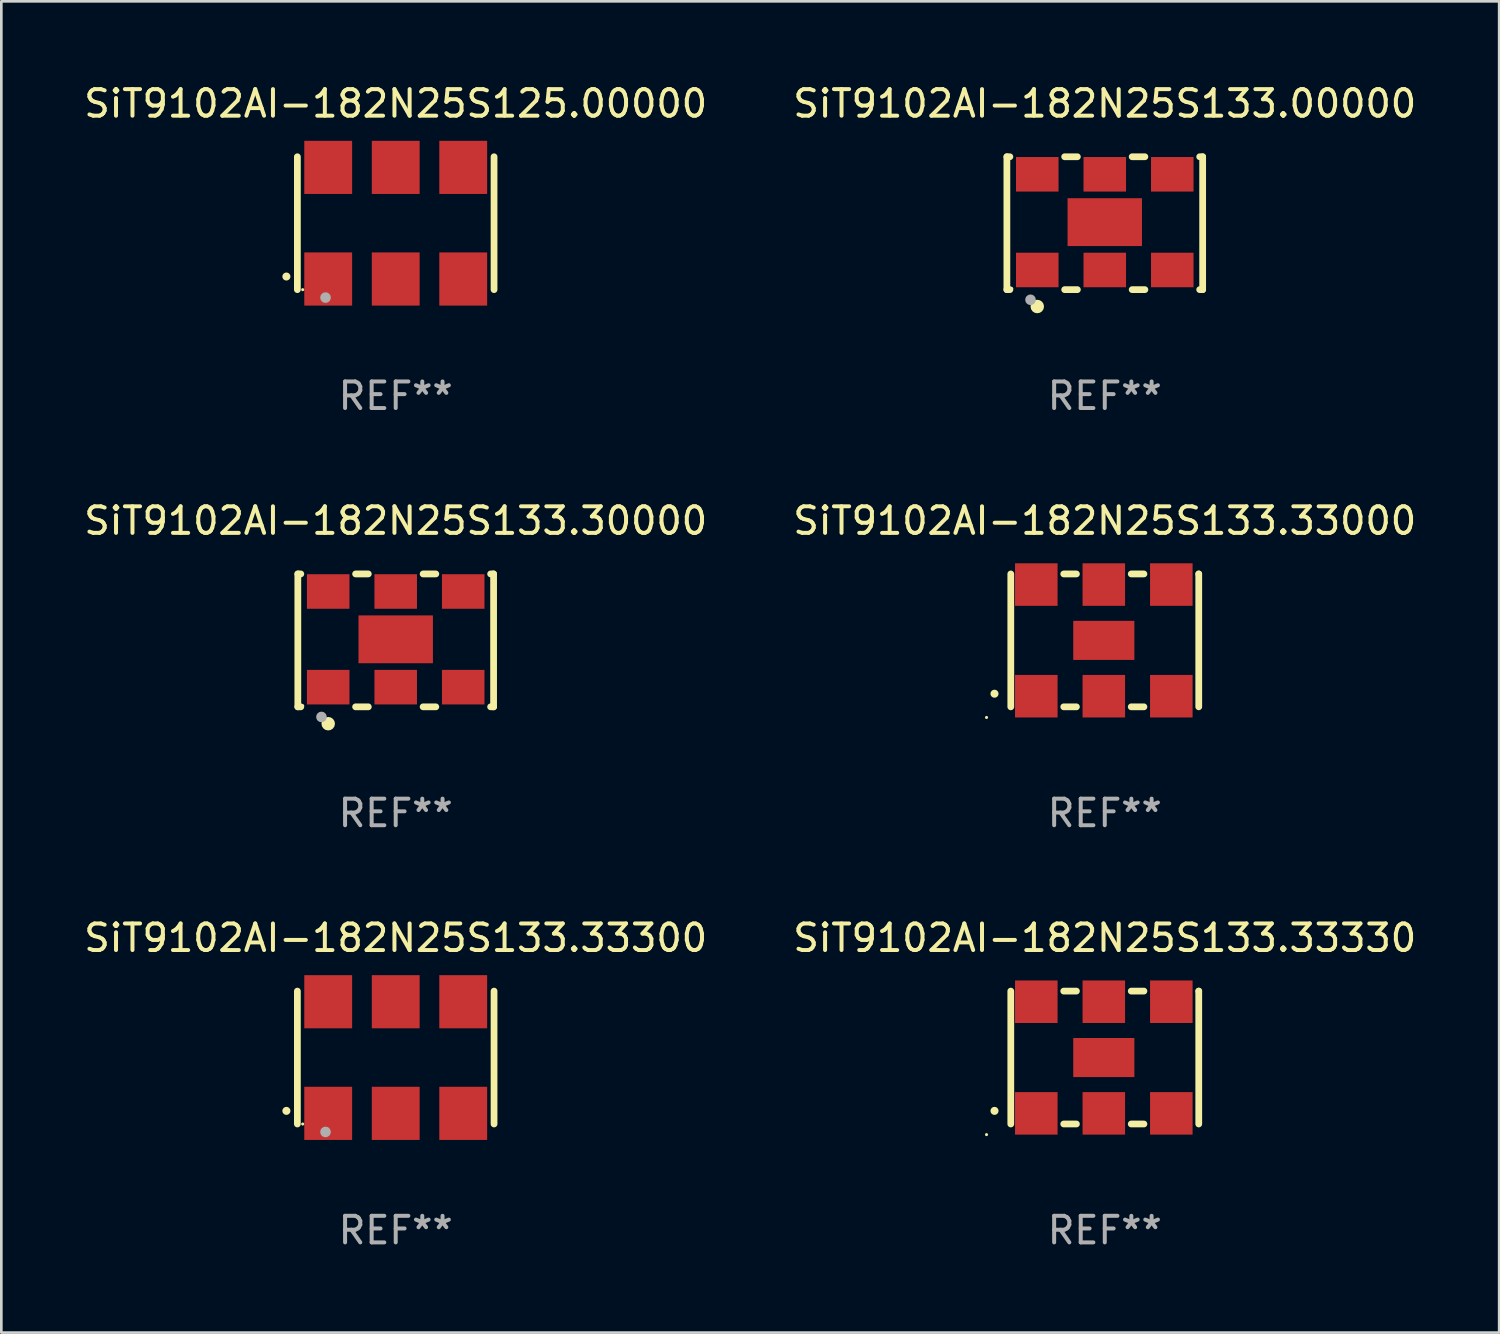
<source format=kicad_pcb>
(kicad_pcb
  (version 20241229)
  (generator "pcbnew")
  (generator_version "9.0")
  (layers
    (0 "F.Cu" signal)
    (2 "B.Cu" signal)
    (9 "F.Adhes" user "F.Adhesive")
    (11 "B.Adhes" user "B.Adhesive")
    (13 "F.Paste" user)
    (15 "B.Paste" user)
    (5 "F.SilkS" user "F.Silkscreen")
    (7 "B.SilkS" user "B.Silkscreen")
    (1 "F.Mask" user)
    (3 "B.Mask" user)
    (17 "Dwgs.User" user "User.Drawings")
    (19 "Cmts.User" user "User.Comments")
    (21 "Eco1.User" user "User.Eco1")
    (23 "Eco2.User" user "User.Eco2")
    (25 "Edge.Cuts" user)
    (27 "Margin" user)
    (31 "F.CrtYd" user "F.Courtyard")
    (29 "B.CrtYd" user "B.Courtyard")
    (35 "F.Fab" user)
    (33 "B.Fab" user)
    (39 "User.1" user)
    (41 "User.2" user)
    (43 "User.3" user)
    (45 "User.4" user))
  (footprint "SiT9102AI-182N25S133.30000"
    (layer "F.Cu")
    (at 11.839 21.045)
    (property "Reference" "SiT9102AI-182N25S133.30000" (at 0 -4.5 0) (layer "F.SilkS") (effects (font (size 1 1) (thickness 0.15))))
    (attr through_hole)
    (fp_line (start -3.683 -2.5) (end -3.571 -2.5) (stroke (width 0.254) (type solid)) (layer "F.SilkS"))
    (fp_line (start -3.683 2.5) (end -3.683 -2.5) (stroke (width 0.254) (type solid)) (layer "F.SilkS"))
    (fp_line (start -3.683 2.5) (end -3.571 2.5) (stroke (width 0.254) (type solid)) (layer "F.SilkS"))
    (fp_line (start -1.509 -2.5) (end -1.031 -2.5) (stroke (width 0.254) (type solid)) (layer "F.SilkS"))
    (fp_line (start -1.509 2.5) (end -1.031 2.5) (stroke (width 0.254) (type solid)) (layer "F.SilkS"))
    (fp_line (start 1.031 -2.5) (end 1.509 -2.5) (stroke (width 0.254) (type solid)) (layer "F.SilkS"))
    (fp_line (start 1.031 2.5) (end 1.509 2.5) (stroke (width 0.254) (type solid)) (layer "F.SilkS"))
    (fp_line (start 3.571 -2.5) (end 3.683 -2.5) (stroke (width 0.254) (type solid)) (layer "F.SilkS"))
    (fp_line (start 3.571 2.5) (end 3.683 2.5) (stroke (width 0.254) (type solid)) (layer "F.SilkS"))
    (fp_line (start 3.683 2.5) (end 3.683 -2.5) (stroke (width 0.254) (type solid)) (layer "F.SilkS"))
    (fp_circle (center -3.5 2.46) (end -3.47 2.46) (stroke (width 0.06) (type solid)) (fill no) (layer "F.SilkS"))
    (fp_circle (center -2.54 3.135) (end -2.413 3.135) (stroke (width 0.254) (type solid)) (fill no) (layer "F.SilkS"))
    (fp_circle (center -2.794 2.881) (end -2.694 2.881) (stroke (width 0.2) (type solid)) (fill no) (layer "F.Fab"))
    (fp_text user "REF**" (at 0 6.5 0) (layer "F.Fab") (effects (font (size 1 1) (thickness 0.15))))
    (pad "1" smd rect (at -2.54 1.76) (size 1.6 1.3) (layers "F.Cu" "F.Mask" "F.Paste"))
    (pad "2" smd rect (at 0 1.76) (size 1.6 1.3) (layers "F.Cu" "F.Mask" "F.Paste"))
    (pad "3" smd rect (at 2.54 1.76) (size 1.6 1.3) (layers "F.Cu" "F.Mask" "F.Paste"))
    (pad "4" smd rect (at 2.54 -1.84) (size 1.6 1.3) (layers "F.Cu" "F.Mask" "F.Paste"))
    (pad "5" smd rect (at 0 -1.84) (size 1.6 1.3) (layers "F.Cu" "F.Mask" "F.Paste"))
    (pad "6" smd rect (at -2.54 -1.84) (size 1.6 1.3) (layers "F.Cu" "F.Mask" "F.Paste"))
    (pad "7" smd rect (at 0 -0.04) (size 2.8 1.8) (layers "F.Cu" "F.Mask" "F.Paste")))
  (footprint "SiT9102AI-182N25S125.00000"
    (layer "F.Cu")
    (at 11.839 5.348)
    (property "Reference" "SiT9102AI-182N25S125.00000" (at 0 -4.5 0) (layer "F.SilkS") (effects (font (size 1 1) (thickness 0.15))))
    (attr through_hole)
    (fp_line (start -3.7 -2.5) (end -3.7 2.5) (stroke (width 0.254) (type solid)) (layer "F.SilkS"))
    (fp_line (start 3.7 -2.5) (end 3.7 2.5) (stroke (width 0.254) (type solid)) (layer "F.SilkS"))
    (fp_arc (start -4.114415 2.006604) (mid -4.113145 2.006599) (end -4.111875 2.006604) (stroke (width 0.3) (type solid)) (layer "F.SilkS"))
    (fp_circle (center -3.5 2.501) (end -3.47 2.501) (stroke (width 0.06) (type solid)) (fill no) (layer "F.SilkS"))
    (fp_circle (center -2.641 2.799) (end -2.541 2.799) (stroke (width 0.2) (type solid)) (fill no) (layer "F.Fab"))
    (fp_text user "REF**" (at 0 6.5 0) (layer "F.Fab") (effects (font (size 1 1) (thickness 0.15))))
    (pad "1" smd rect (at -2.54 2.1) (size 1.8 2) (layers "F.Cu" "F.Mask" "F.Paste"))
    (pad "2" smd rect (at 0.000394 2.1) (size 1.8 2) (layers "F.Cu" "F.Mask" "F.Paste"))
    (pad "3" smd rect (at 2.54 2.1) (size 1.8 2) (layers "F.Cu" "F.Mask" "F.Paste"))
    (pad "4" smd rect (at 2.54 -2.1) (size 1.8 2) (layers "F.Cu" "F.Mask" "F.Paste"))
    (pad "5" smd rect (at 0.000394 -2.1) (size 1.8 2) (layers "F.Cu" "F.Mask" "F.Paste"))
    (pad "6" smd rect (at -2.54 -2.1) (size 1.8 2) (layers "F.Cu" "F.Mask" "F.Paste")))
  (footprint "SiT9102AI-182N25S133.33000"
    (layer "F.Cu")
    (at 38.518 21.045)
    (property "Reference" "SiT9102AI-182N25S133.33000" (at 0 -4.5 0) (layer "F.SilkS") (effects (font (size 1 1) (thickness 0.15))))
    (attr through_hole)
    (fp_line (start -3.536 -2.5) (end -3.536 2.5) (stroke (width 0.254) (type solid)) (layer "F.SilkS"))
    (fp_line (start -1.544 2.5) (end -1.067 2.5) (stroke (width 0.254) (type solid)) (layer "F.SilkS"))
    (fp_line (start -1.067 -2.5) (end -1.544 -2.5) (stroke (width 0.254) (type solid)) (layer "F.SilkS"))
    (fp_line (start 0.996 2.5) (end 1.473 2.5) (stroke (width 0.254) (type solid)) (layer "F.SilkS"))
    (fp_line (start 1.473 -2.5) (end 0.996 -2.5) (stroke (width 0.254) (type solid)) (layer "F.SilkS"))
    (fp_line (start 3.536 -2.5) (end 3.536 -2.5) (stroke (width 0.254) (type solid)) (layer "F.SilkS"))
    (fp_line (start 3.536 2.5) (end 3.536 -2.5) (stroke (width 0.254) (type solid)) (layer "F.SilkS"))
    (fp_arc (start -4.150432 2.006604) (mid -4.149162 2.006599) (end -4.147892 2.006604) (stroke (width 0.3) (type solid)) (layer "F.SilkS"))
    (fp_circle (center -4.449 2.9) (end -4.419 2.9) (stroke (width 0.06) (type solid)) (fill no) (layer "F.SilkS"))
    (fp_text user "REF**" (at 0 6.5 0) (layer "F.Fab") (effects (font (size 1 1) (thickness 0.15))))
    (pad "1" smd rect (at -2.576 2.1) (size 1.6 1.6) (layers "F.Cu" "F.Mask" "F.Paste"))
    (pad "2" smd rect (at -0.036 2.1) (size 1.6 1.6) (layers "F.Cu" "F.Mask" "F.Paste"))
    (pad "3" smd rect (at 2.504 2.1) (size 1.6 1.6) (layers "F.Cu" "F.Mask" "F.Paste"))
    (pad "4" smd rect (at 2.504 -2.1) (size 1.6 1.6) (layers "F.Cu" "F.Mask" "F.Paste"))
    (pad "5" smd rect (at -0.036 -2.1) (size 1.6 1.6) (layers "F.Cu" "F.Mask" "F.Paste"))
    (pad "6" smd rect (at -2.576 -2.1) (size 1.6 1.6) (layers "F.Cu" "F.Mask" "F.Paste"))
    (pad "7" smd rect (at -0.036 0) (size 2.3 1.47) (layers "F.Cu" "F.Mask" "F.Paste")))
  (footprint "SiT9102AI-182N25S133.33300"
    (layer "F.Cu")
    (at 11.839 36.741)
    (property "Reference" "SiT9102AI-182N25S133.33300" (at 0 -4.5 0) (layer "F.SilkS") (effects (font (size 1 1) (thickness 0.15))))
    (attr through_hole)
    (fp_line (start -3.7 -2.5) (end -3.7 2.5) (stroke (width 0.254) (type solid)) (layer "F.SilkS"))
    (fp_line (start 3.7 -2.5) (end 3.7 2.5) (stroke (width 0.254) (type solid)) (layer "F.SilkS"))
    (fp_arc (start -4.114415 2.006604) (mid -4.113145 2.006599) (end -4.111875 2.006604) (stroke (width 0.3) (type solid)) (layer "F.SilkS"))
    (fp_circle (center -3.5 2.501) (end -3.47 2.501) (stroke (width 0.06) (type solid)) (fill no) (layer "F.SilkS"))
    (fp_circle (center -2.641 2.799) (end -2.541 2.799) (stroke (width 0.2) (type solid)) (fill no) (layer "F.Fab"))
    (fp_text user "REF**" (at 0 6.5 0) (layer "F.Fab") (effects (font (size 1 1) (thickness 0.15))))
    (pad "1" smd rect (at -2.54 2.1) (size 1.8 2) (layers "F.Cu" "F.Mask" "F.Paste"))
    (pad "2" smd rect (at 0.000394 2.1) (size 1.8 2) (layers "F.Cu" "F.Mask" "F.Paste"))
    (pad "3" smd rect (at 2.54 2.1) (size 1.8 2) (layers "F.Cu" "F.Mask" "F.Paste"))
    (pad "4" smd rect (at 2.54 -2.1) (size 1.8 2) (layers "F.Cu" "F.Mask" "F.Paste"))
    (pad "5" smd rect (at 0.000394 -2.1) (size 1.8 2) (layers "F.Cu" "F.Mask" "F.Paste"))
    (pad "6" smd rect (at -2.54 -2.1) (size 1.8 2) (layers "F.Cu" "F.Mask" "F.Paste")))
  (footprint "SiT9102AI-182N25S133.33330"
    (layer "F.Cu")
    (at 38.518 36.741)
    (property "Reference" "SiT9102AI-182N25S133.33330" (at 0 -4.5 0) (layer "F.SilkS") (effects (font (size 1 1) (thickness 0.15))))
    (attr through_hole)
    (fp_line (start -3.536 -2.5) (end -3.536 2.5) (stroke (width 0.254) (type solid)) (layer "F.SilkS"))
    (fp_line (start -1.544 2.5) (end -1.067 2.5) (stroke (width 0.254) (type solid)) (layer "F.SilkS"))
    (fp_line (start -1.067 -2.5) (end -1.544 -2.5) (stroke (width 0.254) (type solid)) (layer "F.SilkS"))
    (fp_line (start 0.996 2.5) (end 1.473 2.5) (stroke (width 0.254) (type solid)) (layer "F.SilkS"))
    (fp_line (start 1.473 -2.5) (end 0.996 -2.5) (stroke (width 0.254) (type solid)) (layer "F.SilkS"))
    (fp_line (start 3.536 -2.5) (end 3.536 -2.5) (stroke (width 0.254) (type solid)) (layer "F.SilkS"))
    (fp_line (start 3.536 2.5) (end 3.536 -2.5) (stroke (width 0.254) (type solid)) (layer "F.SilkS"))
    (fp_arc (start -4.150432 2.006604) (mid -4.149162 2.006599) (end -4.147892 2.006604) (stroke (width 0.3) (type solid)) (layer "F.SilkS"))
    (fp_circle (center -4.449 2.9) (end -4.419 2.9) (stroke (width 0.06) (type solid)) (fill no) (layer "F.SilkS"))
    (fp_text user "REF**" (at 0 6.5 0) (layer "F.Fab") (effects (font (size 1 1) (thickness 0.15))))
    (pad "1" smd rect (at -2.576 2.1) (size 1.6 1.6) (layers "F.Cu" "F.Mask" "F.Paste"))
    (pad "2" smd rect (at -0.036 2.1) (size 1.6 1.6) (layers "F.Cu" "F.Mask" "F.Paste"))
    (pad "3" smd rect (at 2.504 2.1) (size 1.6 1.6) (layers "F.Cu" "F.Mask" "F.Paste"))
    (pad "4" smd rect (at 2.504 -2.1) (size 1.6 1.6) (layers "F.Cu" "F.Mask" "F.Paste"))
    (pad "5" smd rect (at -0.036 -2.1) (size 1.6 1.6) (layers "F.Cu" "F.Mask" "F.Paste"))
    (pad "6" smd rect (at -2.576 -2.1) (size 1.6 1.6) (layers "F.Cu" "F.Mask" "F.Paste"))
    (pad "7" smd rect (at -0.036 0) (size 2.3 1.47) (layers "F.Cu" "F.Mask" "F.Paste")))
  (footprint "SiT9102AI-182N25S133.00000"
    (layer "F.Cu")
    (at 38.518 5.348)
    (property "Reference" "SiT9102AI-182N25S133.00000" (at 0 -4.5 0) (layer "F.SilkS") (effects (font (size 1 1) (thickness 0.15))))
    (attr through_hole)
    (fp_line (start -3.683 -2.5) (end -3.571 -2.5) (stroke (width 0.254) (type solid)) (layer "F.SilkS"))
    (fp_line (start -3.683 2.5) (end -3.683 -2.5) (stroke (width 0.254) (type solid)) (layer "F.SilkS"))
    (fp_line (start -3.683 2.5) (end -3.571 2.5) (stroke (width 0.254) (type solid)) (layer "F.SilkS"))
    (fp_line (start -1.509 -2.5) (end -1.031 -2.5) (stroke (width 0.254) (type solid)) (layer "F.SilkS"))
    (fp_line (start -1.509 2.5) (end -1.031 2.5) (stroke (width 0.254) (type solid)) (layer "F.SilkS"))
    (fp_line (start 1.031 -2.5) (end 1.509 -2.5) (stroke (width 0.254) (type solid)) (layer "F.SilkS"))
    (fp_line (start 1.031 2.5) (end 1.509 2.5) (stroke (width 0.254) (type solid)) (layer "F.SilkS"))
    (fp_line (start 3.571 -2.5) (end 3.683 -2.5) (stroke (width 0.254) (type solid)) (layer "F.SilkS"))
    (fp_line (start 3.571 2.5) (end 3.683 2.5) (stroke (width 0.254) (type solid)) (layer "F.SilkS"))
    (fp_line (start 3.683 2.5) (end 3.683 -2.5) (stroke (width 0.254) (type solid)) (layer "F.SilkS"))
    (fp_circle (center -3.5 2.46) (end -3.47 2.46) (stroke (width 0.06) (type solid)) (fill no) (layer "F.SilkS"))
    (fp_circle (center -2.54 3.135) (end -2.413 3.135) (stroke (width 0.254) (type solid)) (fill no) (layer "F.SilkS"))
    (fp_circle (center -2.794 2.881) (end -2.694 2.881) (stroke (width 0.2) (type solid)) (fill no) (layer "F.Fab"))
    (fp_text user "REF**" (at 0 6.5 0) (layer "F.Fab") (effects (font (size 1 1) (thickness 0.15))))
    (pad "1" smd rect (at -2.54 1.76) (size 1.6 1.3) (layers "F.Cu" "F.Mask" "F.Paste"))
    (pad "2" smd rect (at 0 1.76) (size 1.6 1.3) (layers "F.Cu" "F.Mask" "F.Paste"))
    (pad "3" smd rect (at 2.54 1.76) (size 1.6 1.3) (layers "F.Cu" "F.Mask" "F.Paste"))
    (pad "4" smd rect (at 2.54 -1.84) (size 1.6 1.3) (layers "F.Cu" "F.Mask" "F.Paste"))
    (pad "5" smd rect (at 0 -1.84) (size 1.6 1.3) (layers "F.Cu" "F.Mask" "F.Paste"))
    (pad "6" smd rect (at -2.54 -1.84) (size 1.6 1.3) (layers "F.Cu" "F.Mask" "F.Paste"))
    (pad "7" smd rect (at 0 -0.04) (size 2.8 1.8) (layers "F.Cu" "F.Mask" "F.Paste")))
  (gr_rect
    (start -3 -3)
    (end 53.357 47.09)
    (stroke (width 0.1) (type default))
    (fill no)
    (layer "Edge.Cuts")))
</source>
